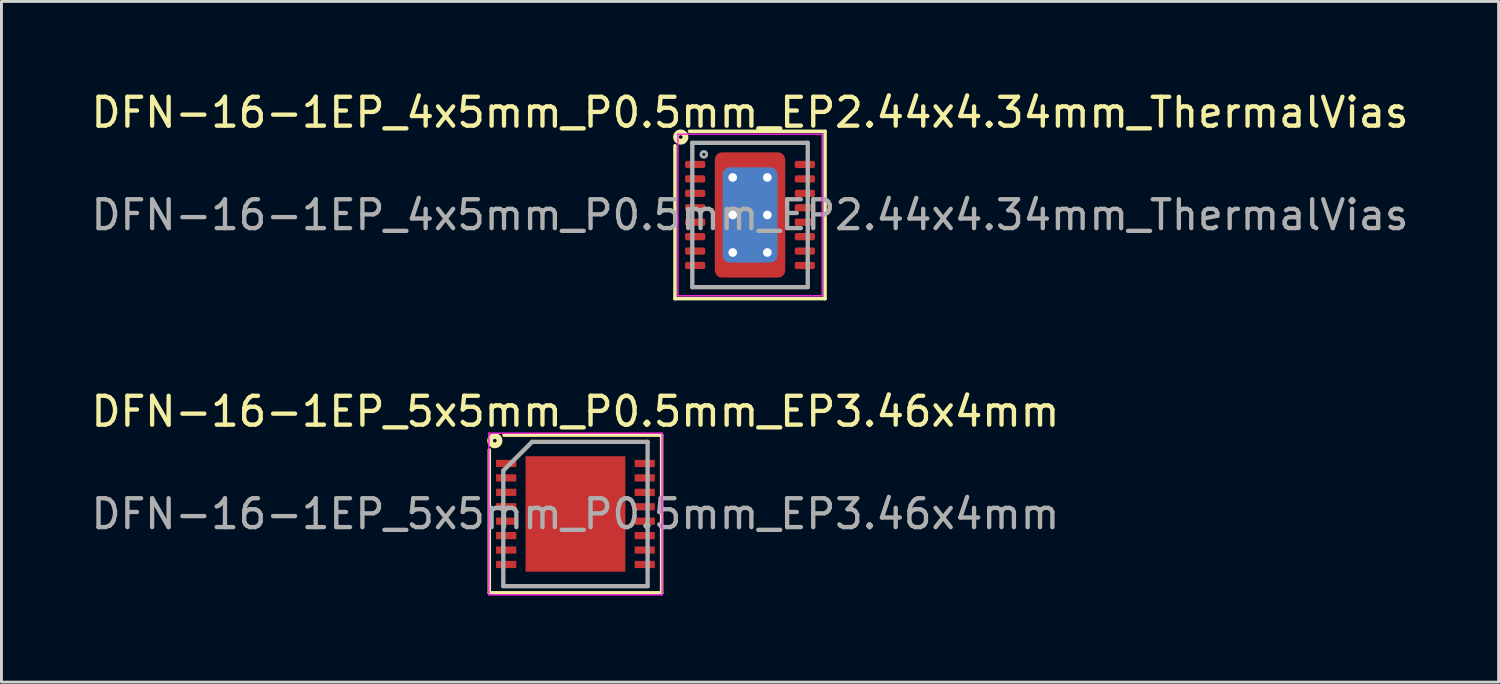
<source format=kicad_pcb>
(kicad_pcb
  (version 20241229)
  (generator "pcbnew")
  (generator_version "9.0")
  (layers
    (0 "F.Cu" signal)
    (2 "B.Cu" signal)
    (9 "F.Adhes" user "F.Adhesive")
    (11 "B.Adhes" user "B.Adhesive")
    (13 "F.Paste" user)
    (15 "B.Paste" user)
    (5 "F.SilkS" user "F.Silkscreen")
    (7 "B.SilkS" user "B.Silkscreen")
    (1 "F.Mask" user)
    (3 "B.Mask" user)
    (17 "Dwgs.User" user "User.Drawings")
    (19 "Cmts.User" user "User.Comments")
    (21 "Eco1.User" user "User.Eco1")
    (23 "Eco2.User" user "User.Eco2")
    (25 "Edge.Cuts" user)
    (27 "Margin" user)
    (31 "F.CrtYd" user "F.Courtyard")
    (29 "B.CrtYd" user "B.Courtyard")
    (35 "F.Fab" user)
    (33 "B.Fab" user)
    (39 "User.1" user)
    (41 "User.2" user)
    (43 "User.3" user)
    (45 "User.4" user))
  (footprint "DFN-16-1EP_4x5mm_P0.5mm_EP2.44x4.34mm_ThermalVias"
    (layer "F.Cu")
    (at 22.935 4.398)
    (property "Reference" "DFN-16-1EP_4x5mm_P0.5mm_EP2.44x4.34mm_ThermalVias" (at 0 -3.55 0) (layer "F.SilkS") (effects (font (size 1 1) (thickness 0.15))))
    (attr smd)
    (fp_line (start -2.6 2.9) (end -2.6 -2.4) (stroke (width 0.12) (type solid)) (layer "F.SilkS"))
    (fp_line (start -2.1 -2.9) (end 2.6 -2.9) (stroke (width 0.12) (type solid)) (layer "F.SilkS"))
    (fp_line (start 2.6 -2.9) (end 2.6 2.9) (stroke (width 0.12) (type solid)) (layer "F.SilkS"))
    (fp_line (start 2.6 2.9) (end -2.6 2.9) (stroke (width 0.12) (type solid)) (layer "F.SilkS"))
    (fp_circle (center -2.4 -2.7) (end -2.337 -2.7) (stroke (width 0.2) (type solid)) (fill no) (layer "F.SilkS"))
    (fp_line (start -2.5 -2.8) (end -2.5 2.8) (stroke (width 0.05) (type solid)) (layer "F.CrtYd"))
    (fp_line (start -2.5 -2.8) (end 2.5 -2.8) (stroke (width 0.05) (type solid)) (layer "F.CrtYd"))
    (fp_line (start -2.5 2.8) (end 2.5 2.8) (stroke (width 0.05) (type solid)) (layer "F.CrtYd"))
    (fp_line (start 2.5 -2.8) (end 2.5 2.8) (stroke (width 0.05) (type solid)) (layer "F.CrtYd"))
    (fp_line (start -2 -2.5) (end 2 -2.5) (stroke (width 0.15) (type solid)) (layer "F.Fab"))
    (fp_line (start -2 2.5) (end -2 -2.5) (stroke (width 0.15) (type solid)) (layer "F.Fab"))
    (fp_line (start 2 -2.5) (end 2 2.5) (stroke (width 0.15) (type solid)) (layer "F.Fab"))
    (fp_line (start 2 2.5) (end -2 2.5) (stroke (width 0.15) (type solid)) (layer "F.Fab"))
    (fp_circle (center -1.6 -2.1) (end -1.5 -2.1) (stroke (width 0.1) (type solid)) (fill no) (layer "F.Fab"))
    (fp_text user "${REFERENCE}" (at 0 0 0) (layer "F.Fab") (effects (font (size 1 1) (thickness 0.15))))
    (pad "" smd roundrect (at -0.925 -1.75) (size 0.45 0.7) (layers "F.Paste") (roundrect_rratio 0.25))
    (pad "" smd roundrect (at -0.925 -0.65) (size 0.45 1.1) (layers "F.Paste") (roundrect_rratio 0.25))
    (pad "" smd roundrect (at -0.925 0.65) (size 0.45 1.1) (layers "F.Paste") (roundrect_rratio 0.25))
    (pad "" smd roundrect (at -0.925 1.75) (size 0.45 0.7) (layers "F.Paste") (roundrect_rratio 0.25))
    (pad "" smd roundrect (at 0 -1.75) (size 1 0.7) (layers "F.Paste") (roundrect_rratio 0.25))
    (pad "" smd roundrect (at 0 -0.65) (size 1 1.1) (layers "F.Paste") (roundrect_rratio 0.25))
    (pad "" smd roundrect (at 0 0.65) (size 1 1.1) (layers "F.Paste") (roundrect_rratio 0.25))
    (pad "" smd roundrect (at 0 1.75) (size 1 0.7) (layers "F.Paste") (roundrect_rratio 0.25))
    (pad "" smd roundrect (at 0.925 -1.75) (size 0.45 0.7) (layers "F.Paste") (roundrect_rratio 0.25))
    (pad "" smd roundrect (at 0.925 -0.65) (size 0.45 1.1) (layers "F.Paste") (roundrect_rratio 0.25))
    (pad "" smd roundrect (at 0.925 0.65) (size 0.45 1.1) (layers "F.Paste") (roundrect_rratio 0.25))
    (pad "" smd roundrect (at 0.925 1.75) (size 0.45 0.7) (layers "F.Paste") (roundrect_rratio 0.25))
    (pad "1" smd roundrect (at -1.9 -1.75) (size 0.7 0.25) (layers "F.Cu" "F.Mask" "F.Paste") (roundrect_rratio 0.25))
    (pad "2" smd roundrect (at -1.9 -1.25) (size 0.7 0.25) (layers "F.Cu" "F.Mask" "F.Paste") (roundrect_rratio 0.25))
    (pad "3" smd roundrect (at -1.9 -0.75) (size 0.7 0.25) (layers "F.Cu" "F.Mask" "F.Paste") (roundrect_rratio 0.25))
    (pad "4" smd roundrect (at -1.9 -0.25) (size 0.7 0.25) (layers "F.Cu" "F.Mask" "F.Paste") (roundrect_rratio 0.25))
    (pad "5" smd roundrect (at -1.9 0.25) (size 0.7 0.25) (layers "F.Cu" "F.Mask" "F.Paste") (roundrect_rratio 0.25))
    (pad "6" smd roundrect (at -1.9 0.75) (size 0.7 0.25) (layers "F.Cu" "F.Mask" "F.Paste") (roundrect_rratio 0.25))
    (pad "7" smd roundrect (at -1.9 1.25) (size 0.7 0.25) (layers "F.Cu" "F.Mask" "F.Paste") (roundrect_rratio 0.25))
    (pad "8" smd roundrect (at -1.9 1.75) (size 0.7 0.25) (layers "F.Cu" "F.Mask" "F.Paste") (roundrect_rratio 0.25))
    (pad "9" smd roundrect (at 1.9 1.75) (size 0.7 0.25) (layers "F.Cu" "F.Mask" "F.Paste") (roundrect_rratio 0.25))
    (pad "10" smd roundrect (at 1.9 1.25) (size 0.7 0.25) (layers "F.Cu" "F.Mask" "F.Paste") (roundrect_rratio 0.25))
    (pad "11" smd roundrect (at 1.9 0.75) (size 0.7 0.25) (layers "F.Cu" "F.Mask" "F.Paste") (roundrect_rratio 0.25))
    (pad "12" smd roundrect (at 1.9 0.25) (size 0.7 0.25) (layers "F.Cu" "F.Mask" "F.Paste") (roundrect_rratio 0.25))
    (pad "13" smd roundrect (at 1.9 -0.25) (size 0.7 0.25) (layers "F.Cu" "F.Mask" "F.Paste") (roundrect_rratio 0.25))
    (pad "14" smd roundrect (at 1.9 -0.75) (size 0.7 0.25) (layers "F.Cu" "F.Mask" "F.Paste") (roundrect_rratio 0.25))
    (pad "15" smd roundrect (at 1.9 -1.25) (size 0.7 0.25) (layers "F.Cu" "F.Mask" "F.Paste") (roundrect_rratio 0.25))
    (pad "16" smd roundrect (at 1.9 -1.75) (size 0.7 0.25) (layers "F.Cu" "F.Mask" "F.Paste") (roundrect_rratio 0.25))
    (pad "17" thru_hole circle (at -0.6 -1.3) (size 0.65 0.65) (drill 0.3) (property pad_prop_heatsink) (layers "*.Cu"))
    (pad "17" thru_hole circle (at -0.6 0) (size 0.65 0.65) (drill 0.3) (property pad_prop_heatsink) (layers "*.Cu"))
    (pad "17" thru_hole circle (at -0.6 1.3) (size 0.65 0.65) (drill 0.3) (property pad_prop_heatsink) (layers "*.Cu"))
    (pad "17" smd roundrect (at 0 0) (size 1.9 3.3) (layers "B.Cu" "B.Mask") (roundrect_rratio 0.132))
    (pad "17" smd roundrect (at 0 0) (size 2.44 4.34) (layers "F.Cu" "F.Mask") (roundrect_rratio 0.102))
    (pad "17" thru_hole circle (at 0.6 -1.3) (size 0.65 0.65) (drill 0.3) (property pad_prop_heatsink) (layers "*.Cu"))
    (pad "17" thru_hole circle (at 0.6 0) (size 0.65 0.65) (drill 0.3) (property pad_prop_heatsink) (layers "*.Cu"))
    (pad "17" thru_hole circle (at 0.6 1.3) (size 0.65 0.65) (drill 0.3) (property pad_prop_heatsink) (layers "*.Cu")))
  (footprint "DFN-16-1EP_5x5mm_P0.5mm_EP3.46x4mm"
    (layer "F.Cu")
    (at 16.887 14.757)
    (property "Reference" "DFN-16-1EP_5x5mm_P0.5mm_EP3.46x4mm" (at 0 -3.55 0) (layer "F.SilkS") (effects (font (size 1 1) (thickness 0.15))))
    (attr smd)
    (fp_line (start -2.985 2.731) (end -2.985 -2.223) (stroke (width 0.12) (type solid)) (layer "F.SilkS"))
    (fp_line (start -2.477 -2.731) (end 2.921 -2.731) (stroke (width 0.12) (type solid)) (layer "F.SilkS"))
    (fp_line (start 2.921 -2.731) (end 2.985 -2.731) (stroke (width 0.12) (type solid)) (layer "F.SilkS"))
    (fp_line (start 2.985 -2.731) (end 2.985 2.731) (stroke (width 0.12) (type solid)) (layer "F.SilkS"))
    (fp_line (start 2.985 2.731) (end -2.985 2.731) (stroke (width 0.12) (type solid)) (layer "F.SilkS"))
    (fp_circle (center -2.794 -2.54) (end -2.731 -2.54) (stroke (width 0.2) (type solid)) (fill no) (layer "F.SilkS"))
    (fp_line (start -3 -2.8) (end -3 2.8) (stroke (width 0.05) (type solid)) (layer "F.CrtYd"))
    (fp_line (start -3 -2.8) (end 3 -2.8) (stroke (width 0.05) (type solid)) (layer "F.CrtYd"))
    (fp_line (start -3 2.8) (end 3 2.8) (stroke (width 0.05) (type solid)) (layer "F.CrtYd"))
    (fp_line (start 3 -2.8) (end 3 2.8) (stroke (width 0.05) (type solid)) (layer "F.CrtYd"))
    (fp_line (start -2.5 -1.5) (end -1.5 -2.5) (stroke (width 0.15) (type solid)) (layer "F.Fab"))
    (fp_line (start -2.5 2.5) (end -2.5 -1.5) (stroke (width 0.15) (type solid)) (layer "F.Fab"))
    (fp_line (start -1.5 -2.5) (end 2.5 -2.5) (stroke (width 0.15) (type solid)) (layer "F.Fab"))
    (fp_line (start 2.5 -2.5) (end 2.5 2.5) (stroke (width 0.15) (type solid)) (layer "F.Fab"))
    (fp_line (start 2.5 2.5) (end -2.5 2.5) (stroke (width 0.15) (type solid)) (layer "F.Fab"))
    (fp_text user "${REFERENCE}" (at 0 0 0) (layer "F.Fab") (effects (font (size 1 1) (thickness 0.15))))
    (pad "" smd rect (at -1.154 -1.34) (size 0.9 1.1) (layers "F.Paste"))
    (pad "" smd rect (at -1.154 0) (size 0.9 1.1) (layers "F.Paste"))
    (pad "" smd rect (at -1.154 1.34) (size 0.9 1.1) (layers "F.Paste"))
    (pad "" smd rect (at 0 -1.34) (size 0.9 1.1) (layers "F.Paste"))
    (pad "" smd rect (at 0 0) (size 0.9 1.1) (layers "F.Paste"))
    (pad "" smd rect (at 0 1.34) (size 0.9 1.1) (layers "F.Paste"))
    (pad "" smd rect (at 1.154 -1.34) (size 0.9 1.1) (layers "F.Paste"))
    (pad "" smd rect (at 1.154 0) (size 0.9 1.1) (layers "F.Paste"))
    (pad "" smd rect (at 1.154 1.34) (size 0.9 1.1) (layers "F.Paste"))
    (pad "1" smd rect (at -2.4 -1.75) (size 0.7 0.25) (layers "F.Cu" "F.Mask" "F.Paste"))
    (pad "2" smd rect (at -2.4 -1.25) (size 0.7 0.25) (layers "F.Cu" "F.Mask" "F.Paste"))
    (pad "3" smd rect (at -2.4 -0.75) (size 0.7 0.25) (layers "F.Cu" "F.Mask" "F.Paste"))
    (pad "4" smd rect (at -2.4 -0.25) (size 0.7 0.25) (layers "F.Cu" "F.Mask" "F.Paste"))
    (pad "5" smd rect (at -2.4 0.25) (size 0.7 0.25) (layers "F.Cu" "F.Mask" "F.Paste"))
    (pad "6" smd rect (at -2.4 0.75) (size 0.7 0.25) (layers "F.Cu" "F.Mask" "F.Paste"))
    (pad "7" smd rect (at -2.4 1.25) (size 0.7 0.25) (layers "F.Cu" "F.Mask" "F.Paste"))
    (pad "8" smd rect (at -2.4 1.75) (size 0.7 0.25) (layers "F.Cu" "F.Mask" "F.Paste"))
    (pad "9" smd rect (at 2.4 1.75) (size 0.7 0.25) (layers "F.Cu" "F.Mask" "F.Paste"))
    (pad "10" smd rect (at 2.4 1.25) (size 0.7 0.25) (layers "F.Cu" "F.Mask" "F.Paste"))
    (pad "11" smd rect (at 2.4 0.75) (size 0.7 0.25) (layers "F.Cu" "F.Mask" "F.Paste"))
    (pad "12" smd rect (at 2.4 0.25) (size 0.7 0.25) (layers "F.Cu" "F.Mask" "F.Paste"))
    (pad "13" smd rect (at 2.4 -0.25) (size 0.7 0.25) (layers "F.Cu" "F.Mask" "F.Paste"))
    (pad "14" smd rect (at 2.4 -0.75) (size 0.7 0.25) (layers "F.Cu" "F.Mask" "F.Paste"))
    (pad "15" smd rect (at 2.4 -1.25) (size 0.7 0.25) (layers "F.Cu" "F.Mask" "F.Paste"))
    (pad "16" smd rect (at 2.4 -1.75) (size 0.7 0.25) (layers "F.Cu" "F.Mask" "F.Paste"))
    (pad "17" smd rect (at 0 0) (size 3.46 4) (layers "F.Cu" "F.Mask")))
  (gr_rect
    (start -3 -3)
    (end 48.869 20.581)
    (stroke (width 0.1) (type default))
    (fill no)
    (layer "Edge.Cuts")))
</source>
